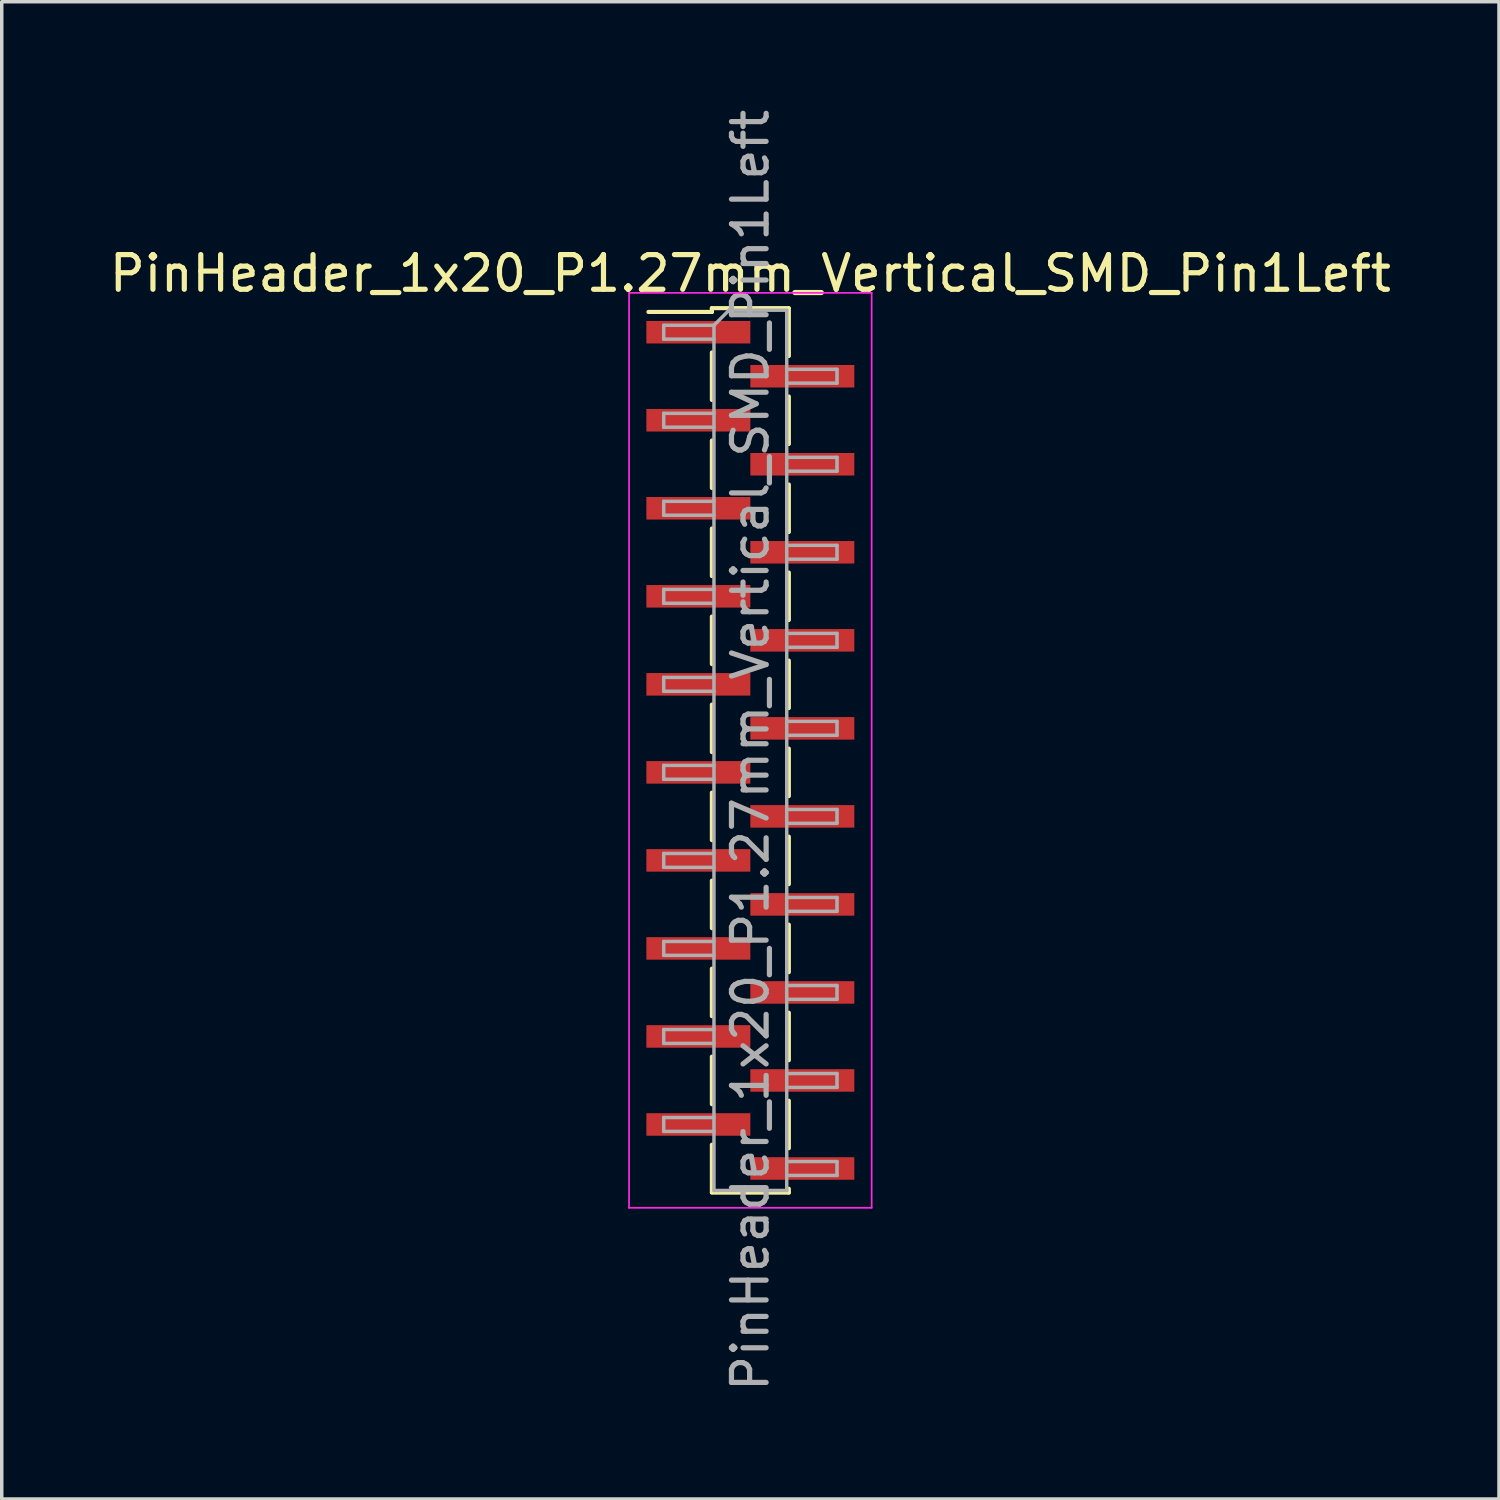
<source format=kicad_pcb>
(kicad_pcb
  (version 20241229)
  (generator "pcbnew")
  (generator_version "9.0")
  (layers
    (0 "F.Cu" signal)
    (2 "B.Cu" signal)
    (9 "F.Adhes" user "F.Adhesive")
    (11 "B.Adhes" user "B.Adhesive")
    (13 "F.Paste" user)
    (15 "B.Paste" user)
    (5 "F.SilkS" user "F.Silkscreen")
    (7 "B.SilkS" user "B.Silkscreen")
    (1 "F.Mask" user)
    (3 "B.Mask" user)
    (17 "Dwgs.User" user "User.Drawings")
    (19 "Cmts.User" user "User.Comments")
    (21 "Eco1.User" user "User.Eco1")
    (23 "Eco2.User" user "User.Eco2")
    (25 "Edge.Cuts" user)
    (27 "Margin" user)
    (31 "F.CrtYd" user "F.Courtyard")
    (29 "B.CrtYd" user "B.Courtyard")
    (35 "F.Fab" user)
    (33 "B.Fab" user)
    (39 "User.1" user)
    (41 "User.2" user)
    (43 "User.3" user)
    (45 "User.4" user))
  (footprint "PinHeader_1x20_P1.27mm_Vertical_SMD_Pin1Left"
    (layer "F.Cu")
    (at 18.601 18.601)
    (property "Reference" "PinHeader_1x20_P1.27mm_Vertical_SMD_Pin1Left" (at 0 -13.76 0) (layer "F.SilkS") (effects (font (size 1 1) (thickness 0.15))))
    (attr smd)
    (fp_line (start -1.11 -12.76) (end -1.11 -12.65) (stroke (width 0.12) (type solid)) (layer "F.SilkS"))
    (fp_line (start -1.11 -12.76) (end 1.11 -12.76) (stroke (width 0.12) (type solid)) (layer "F.SilkS"))
    (fp_line (start -1.11 -12.65) (end -2.94 -12.65) (stroke (width 0.12) (type solid)) (layer "F.SilkS"))
    (fp_line (start -1.11 -11.48) (end -1.11 -10.11) (stroke (width 0.12) (type solid)) (layer "F.SilkS"))
    (fp_line (start -1.11 -8.94) (end -1.11 -7.57) (stroke (width 0.12) (type solid)) (layer "F.SilkS"))
    (fp_line (start -1.11 -6.4) (end -1.11 -5.03) (stroke (width 0.12) (type solid)) (layer "F.SilkS"))
    (fp_line (start -1.11 -3.86) (end -1.11 -2.49) (stroke (width 0.12) (type solid)) (layer "F.SilkS"))
    (fp_line (start -1.11 -1.32) (end -1.11 0.05) (stroke (width 0.12) (type solid)) (layer "F.SilkS"))
    (fp_line (start -1.11 1.22) (end -1.11 2.59) (stroke (width 0.12) (type solid)) (layer "F.SilkS"))
    (fp_line (start -1.11 3.76) (end -1.11 5.13) (stroke (width 0.12) (type solid)) (layer "F.SilkS"))
    (fp_line (start -1.11 6.3) (end -1.11 7.67) (stroke (width 0.12) (type solid)) (layer "F.SilkS"))
    (fp_line (start -1.11 8.84) (end -1.11 10.21) (stroke (width 0.12) (type solid)) (layer "F.SilkS"))
    (fp_line (start -1.11 11.38) (end -1.11 12.75) (stroke (width 0.12) (type solid)) (layer "F.SilkS"))
    (fp_line (start -1.11 12.76) (end 1.11 12.76) (stroke (width 0.12) (type solid)) (layer "F.SilkS"))
    (fp_line (start 1.11 -12.75) (end 1.11 -11.38) (stroke (width 0.12) (type solid)) (layer "F.SilkS"))
    (fp_line (start 1.11 -10.21) (end 1.11 -8.84) (stroke (width 0.12) (type solid)) (layer "F.SilkS"))
    (fp_line (start 1.11 -7.67) (end 1.11 -6.3) (stroke (width 0.12) (type solid)) (layer "F.SilkS"))
    (fp_line (start 1.11 -5.13) (end 1.11 -3.76) (stroke (width 0.12) (type solid)) (layer "F.SilkS"))
    (fp_line (start 1.11 -2.59) (end 1.11 -1.22) (stroke (width 0.12) (type solid)) (layer "F.SilkS"))
    (fp_line (start 1.11 -0.05) (end 1.11 1.32) (stroke (width 0.12) (type solid)) (layer "F.SilkS"))
    (fp_line (start 1.11 2.49) (end 1.11 3.86) (stroke (width 0.12) (type solid)) (layer "F.SilkS"))
    (fp_line (start 1.11 5.03) (end 1.11 6.4) (stroke (width 0.12) (type solid)) (layer "F.SilkS"))
    (fp_line (start 1.11 7.57) (end 1.11 8.94) (stroke (width 0.12) (type solid)) (layer "F.SilkS"))
    (fp_line (start 1.11 10.11) (end 1.11 11.48) (stroke (width 0.12) (type solid)) (layer "F.SilkS"))
    (fp_line (start 1.11 12.65) (end 1.11 12.76) (stroke (width 0.12) (type solid)) (layer "F.SilkS"))
    (fp_line (start -3.5 -13.2) (end -3.5 13.2) (stroke (width 0.05) (type solid)) (layer "F.CrtYd"))
    (fp_line (start -3.5 13.2) (end 3.5 13.2) (stroke (width 0.05) (type solid)) (layer "F.CrtYd"))
    (fp_line (start 3.5 -13.2) (end -3.5 -13.2) (stroke (width 0.05) (type solid)) (layer "F.CrtYd"))
    (fp_line (start 3.5 13.2) (end 3.5 -13.2) (stroke (width 0.05) (type solid)) (layer "F.CrtYd"))
    (fp_line (start -2.5 -12.265) (end -2.5 -11.865) (stroke (width 0.1) (type solid)) (layer "F.Fab"))
    (fp_line (start -2.5 -11.865) (end -1.05 -11.865) (stroke (width 0.1) (type solid)) (layer "F.Fab"))
    (fp_line (start -2.5 -9.725) (end -2.5 -9.325) (stroke (width 0.1) (type solid)) (layer "F.Fab"))
    (fp_line (start -2.5 -9.325) (end -1.05 -9.325) (stroke (width 0.1) (type solid)) (layer "F.Fab"))
    (fp_line (start -2.5 -7.185) (end -2.5 -6.785) (stroke (width 0.1) (type solid)) (layer "F.Fab"))
    (fp_line (start -2.5 -6.785) (end -1.05 -6.785) (stroke (width 0.1) (type solid)) (layer "F.Fab"))
    (fp_line (start -2.5 -4.645) (end -2.5 -4.245) (stroke (width 0.1) (type solid)) (layer "F.Fab"))
    (fp_line (start -2.5 -4.245) (end -1.05 -4.245) (stroke (width 0.1) (type solid)) (layer "F.Fab"))
    (fp_line (start -2.5 -2.105) (end -2.5 -1.705) (stroke (width 0.1) (type solid)) (layer "F.Fab"))
    (fp_line (start -2.5 -1.705) (end -1.05 -1.705) (stroke (width 0.1) (type solid)) (layer "F.Fab"))
    (fp_line (start -2.5 0.435) (end -2.5 0.835) (stroke (width 0.1) (type solid)) (layer "F.Fab"))
    (fp_line (start -2.5 0.835) (end -1.05 0.835) (stroke (width 0.1) (type solid)) (layer "F.Fab"))
    (fp_line (start -2.5 2.975) (end -2.5 3.375) (stroke (width 0.1) (type solid)) (layer "F.Fab"))
    (fp_line (start -2.5 3.375) (end -1.05 3.375) (stroke (width 0.1) (type solid)) (layer "F.Fab"))
    (fp_line (start -2.5 5.515) (end -2.5 5.915) (stroke (width 0.1) (type solid)) (layer "F.Fab"))
    (fp_line (start -2.5 5.915) (end -1.05 5.915) (stroke (width 0.1) (type solid)) (layer "F.Fab"))
    (fp_line (start -2.5 8.055) (end -2.5 8.455) (stroke (width 0.1) (type solid)) (layer "F.Fab"))
    (fp_line (start -2.5 8.455) (end -1.05 8.455) (stroke (width 0.1) (type solid)) (layer "F.Fab"))
    (fp_line (start -2.5 10.595) (end -2.5 10.995) (stroke (width 0.1) (type solid)) (layer "F.Fab"))
    (fp_line (start -2.5 10.995) (end -1.05 10.995) (stroke (width 0.1) (type solid)) (layer "F.Fab"))
    (fp_line (start -1.05 -12.265) (end -2.5 -12.265) (stroke (width 0.1) (type solid)) (layer "F.Fab"))
    (fp_line (start -1.05 -12.265) (end -0.615 -12.7) (stroke (width 0.1) (type solid)) (layer "F.Fab"))
    (fp_line (start -1.05 -9.725) (end -2.5 -9.725) (stroke (width 0.1) (type solid)) (layer "F.Fab"))
    (fp_line (start -1.05 -7.185) (end -2.5 -7.185) (stroke (width 0.1) (type solid)) (layer "F.Fab"))
    (fp_line (start -1.05 -4.645) (end -2.5 -4.645) (stroke (width 0.1) (type solid)) (layer "F.Fab"))
    (fp_line (start -1.05 -2.105) (end -2.5 -2.105) (stroke (width 0.1) (type solid)) (layer "F.Fab"))
    (fp_line (start -1.05 0.435) (end -2.5 0.435) (stroke (width 0.1) (type solid)) (layer "F.Fab"))
    (fp_line (start -1.05 2.975) (end -2.5 2.975) (stroke (width 0.1) (type solid)) (layer "F.Fab"))
    (fp_line (start -1.05 5.515) (end -2.5 5.515) (stroke (width 0.1) (type solid)) (layer "F.Fab"))
    (fp_line (start -1.05 8.055) (end -2.5 8.055) (stroke (width 0.1) (type solid)) (layer "F.Fab"))
    (fp_line (start -1.05 10.595) (end -2.5 10.595) (stroke (width 0.1) (type solid)) (layer "F.Fab"))
    (fp_line (start -1.05 12.7) (end -1.05 -12.265) (stroke (width 0.1) (type solid)) (layer "F.Fab"))
    (fp_line (start -0.615 -12.7) (end 1.05 -12.7) (stroke (width 0.1) (type solid)) (layer "F.Fab"))
    (fp_line (start 1.05 -12.7) (end 1.05 12.7) (stroke (width 0.1) (type solid)) (layer "F.Fab"))
    (fp_line (start 1.05 -10.995) (end 2.5 -10.995) (stroke (width 0.1) (type solid)) (layer "F.Fab"))
    (fp_line (start 1.05 -8.455) (end 2.5 -8.455) (stroke (width 0.1) (type solid)) (layer "F.Fab"))
    (fp_line (start 1.05 -5.915) (end 2.5 -5.915) (stroke (width 0.1) (type solid)) (layer "F.Fab"))
    (fp_line (start 1.05 -3.375) (end 2.5 -3.375) (stroke (width 0.1) (type solid)) (layer "F.Fab"))
    (fp_line (start 1.05 -0.835) (end 2.5 -0.835) (stroke (width 0.1) (type solid)) (layer "F.Fab"))
    (fp_line (start 1.05 1.705) (end 2.5 1.705) (stroke (width 0.1) (type solid)) (layer "F.Fab"))
    (fp_line (start 1.05 4.245) (end 2.5 4.245) (stroke (width 0.1) (type solid)) (layer "F.Fab"))
    (fp_line (start 1.05 6.785) (end 2.5 6.785) (stroke (width 0.1) (type solid)) (layer "F.Fab"))
    (fp_line (start 1.05 9.325) (end 2.5 9.325) (stroke (width 0.1) (type solid)) (layer "F.Fab"))
    (fp_line (start 1.05 11.865) (end 2.5 11.865) (stroke (width 0.1) (type solid)) (layer "F.Fab"))
    (fp_line (start 1.05 12.7) (end -1.05 12.7) (stroke (width 0.1) (type solid)) (layer "F.Fab"))
    (fp_line (start 2.5 -10.995) (end 2.5 -10.595) (stroke (width 0.1) (type solid)) (layer "F.Fab"))
    (fp_line (start 2.5 -10.595) (end 1.05 -10.595) (stroke (width 0.1) (type solid)) (layer "F.Fab"))
    (fp_line (start 2.5 -8.455) (end 2.5 -8.055) (stroke (width 0.1) (type solid)) (layer "F.Fab"))
    (fp_line (start 2.5 -8.055) (end 1.05 -8.055) (stroke (width 0.1) (type solid)) (layer "F.Fab"))
    (fp_line (start 2.5 -5.915) (end 2.5 -5.515) (stroke (width 0.1) (type solid)) (layer "F.Fab"))
    (fp_line (start 2.5 -5.515) (end 1.05 -5.515) (stroke (width 0.1) (type solid)) (layer "F.Fab"))
    (fp_line (start 2.5 -3.375) (end 2.5 -2.975) (stroke (width 0.1) (type solid)) (layer "F.Fab"))
    (fp_line (start 2.5 -2.975) (end 1.05 -2.975) (stroke (width 0.1) (type solid)) (layer "F.Fab"))
    (fp_line (start 2.5 -0.835) (end 2.5 -0.435) (stroke (width 0.1) (type solid)) (layer "F.Fab"))
    (fp_line (start 2.5 -0.435) (end 1.05 -0.435) (stroke (width 0.1) (type solid)) (layer "F.Fab"))
    (fp_line (start 2.5 1.705) (end 2.5 2.105) (stroke (width 0.1) (type solid)) (layer "F.Fab"))
    (fp_line (start 2.5 2.105) (end 1.05 2.105) (stroke (width 0.1) (type solid)) (layer "F.Fab"))
    (fp_line (start 2.5 4.245) (end 2.5 4.645) (stroke (width 0.1) (type solid)) (layer "F.Fab"))
    (fp_line (start 2.5 4.645) (end 1.05 4.645) (stroke (width 0.1) (type solid)) (layer "F.Fab"))
    (fp_line (start 2.5 6.785) (end 2.5 7.185) (stroke (width 0.1) (type solid)) (layer "F.Fab"))
    (fp_line (start 2.5 7.185) (end 1.05 7.185) (stroke (width 0.1) (type solid)) (layer "F.Fab"))
    (fp_line (start 2.5 9.325) (end 2.5 9.725) (stroke (width 0.1) (type solid)) (layer "F.Fab"))
    (fp_line (start 2.5 9.725) (end 1.05 9.725) (stroke (width 0.1) (type solid)) (layer "F.Fab"))
    (fp_line (start 2.5 11.865) (end 2.5 12.265) (stroke (width 0.1) (type solid)) (layer "F.Fab"))
    (fp_line (start 2.5 12.265) (end 1.05 12.265) (stroke (width 0.1) (type solid)) (layer "F.Fab"))
    (fp_text user "${REFERENCE}" (at 0 0 90) (layer "F.Fab") (effects (font (size 1 1) (thickness 0.15))))
    (pad "1" smd rect (at -1.5 -12.065) (size 3 0.65) (layers "F.Cu" "F.Mask" "F.Paste"))
    (pad "2" smd rect (at 1.5 -10.795) (size 3 0.65) (layers "F.Cu" "F.Mask" "F.Paste"))
    (pad "3" smd rect (at -1.5 -9.525) (size 3 0.65) (layers "F.Cu" "F.Mask" "F.Paste"))
    (pad "4" smd rect (at 1.5 -8.255) (size 3 0.65) (layers "F.Cu" "F.Mask" "F.Paste"))
    (pad "5" smd rect (at -1.5 -6.985) (size 3 0.65) (layers "F.Cu" "F.Mask" "F.Paste"))
    (pad "6" smd rect (at 1.5 -5.715) (size 3 0.65) (layers "F.Cu" "F.Mask" "F.Paste"))
    (pad "7" smd rect (at -1.5 -4.445) (size 3 0.65) (layers "F.Cu" "F.Mask" "F.Paste"))
    (pad "8" smd rect (at 1.5 -3.175) (size 3 0.65) (layers "F.Cu" "F.Mask" "F.Paste"))
    (pad "9" smd rect (at -1.5 -1.905) (size 3 0.65) (layers "F.Cu" "F.Mask" "F.Paste"))
    (pad "10" smd rect (at 1.5 -0.635) (size 3 0.65) (layers "F.Cu" "F.Mask" "F.Paste"))
    (pad "11" smd rect (at -1.5 0.635) (size 3 0.65) (layers "F.Cu" "F.Mask" "F.Paste"))
    (pad "12" smd rect (at 1.5 1.905) (size 3 0.65) (layers "F.Cu" "F.Mask" "F.Paste"))
    (pad "13" smd rect (at -1.5 3.175) (size 3 0.65) (layers "F.Cu" "F.Mask" "F.Paste"))
    (pad "14" smd rect (at 1.5 4.445) (size 3 0.65) (layers "F.Cu" "F.Mask" "F.Paste"))
    (pad "15" smd rect (at -1.5 5.715) (size 3 0.65) (layers "F.Cu" "F.Mask" "F.Paste"))
    (pad "16" smd rect (at 1.5 6.985) (size 3 0.65) (layers "F.Cu" "F.Mask" "F.Paste"))
    (pad "17" smd rect (at -1.5 8.255) (size 3 0.65) (layers "F.Cu" "F.Mask" "F.Paste"))
    (pad "18" smd rect (at 1.5 9.525) (size 3 0.65) (layers "F.Cu" "F.Mask" "F.Paste"))
    (pad "19" smd rect (at -1.5 10.795) (size 3 0.65) (layers "F.Cu" "F.Mask" "F.Paste"))
    (pad "20" smd rect (at 1.5 12.065) (size 3 0.65) (layers "F.Cu" "F.Mask" "F.Paste")))
  (gr_rect
    (start -3 -3)
    (end 40.202 40.202)
    (stroke (width 0.1) (type default))
    (fill no)
    (layer "Edge.Cuts")))
</source>
